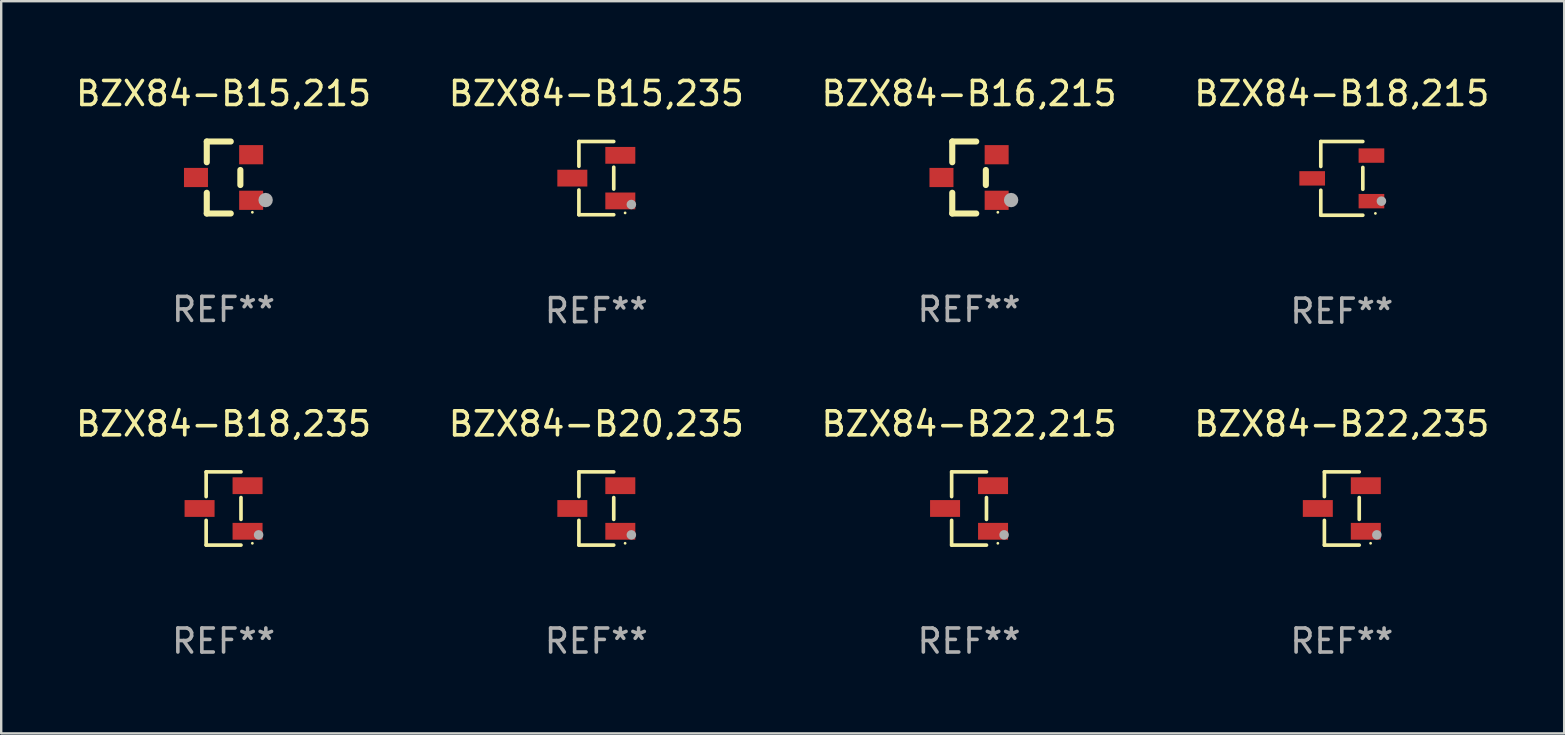
<source format=kicad_pcb>
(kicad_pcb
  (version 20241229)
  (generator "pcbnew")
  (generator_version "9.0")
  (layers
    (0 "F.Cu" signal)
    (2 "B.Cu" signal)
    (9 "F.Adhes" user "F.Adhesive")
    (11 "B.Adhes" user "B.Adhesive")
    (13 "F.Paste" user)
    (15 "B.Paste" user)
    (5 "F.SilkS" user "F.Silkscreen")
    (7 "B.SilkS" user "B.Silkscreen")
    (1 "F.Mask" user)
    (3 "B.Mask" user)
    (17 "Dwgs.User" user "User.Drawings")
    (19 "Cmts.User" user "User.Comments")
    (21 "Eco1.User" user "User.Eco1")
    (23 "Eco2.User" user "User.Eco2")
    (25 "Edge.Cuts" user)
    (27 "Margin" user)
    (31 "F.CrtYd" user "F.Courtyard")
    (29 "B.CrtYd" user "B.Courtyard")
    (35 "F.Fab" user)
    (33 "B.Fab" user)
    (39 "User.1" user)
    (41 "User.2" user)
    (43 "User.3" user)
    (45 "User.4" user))
  (footprint "BZX84-B22,215"
    (layer "F.Cu")
    (at 37.339 18.143)
    (property "Reference" "BZX84-B22,215" (at 0 -3.526 0) (layer "F.SilkS") (effects (font (size 1 1) (thickness 0.15))))
    (attr through_hole)
    (fp_line (start -0.726 -1.526) (end -0.726 -0.495) (stroke (width 0.152) (type solid)) (layer "F.SilkS"))
    (fp_line (start -0.726 1.526) (end -0.726 0.495) (stroke (width 0.152) (type solid)) (layer "F.SilkS"))
    (fp_line (start 0.726 -1.526) (end -0.726 -1.526) (stroke (width 0.152) (type solid)) (layer "F.SilkS"))
    (fp_line (start 0.726 -0.455) (end 0.726 0.455) (stroke (width 0.152) (type solid)) (layer "F.SilkS"))
    (fp_line (start 0.726 1.526) (end -0.726 1.526) (stroke (width 0.152) (type solid)) (layer "F.SilkS"))
    (fp_circle (center 1.2 1.45) (end 1.23 1.45) (stroke (width 0.06) (type solid)) (fill no) (layer "F.SilkS"))
    (fp_circle (center 1.46 1.1) (end 1.56 1.1) (stroke (width 0.2) (type solid)) (fill no) (layer "F.Fab"))
    (fp_text user "REF**" (at 0 5.526 0) (layer "F.Fab") (effects (font (size 1 1) (thickness 0.15))))
    (pad "1" smd rect (at 1 0.95) (size 1.25 0.7) (layers "F.Cu" "F.Mask" "F.Paste"))
    (pad "2" smd rect (at 1 -0.95) (size 1.25 0.7) (layers "F.Cu" "F.Mask" "F.Paste"))
    (pad "3" smd rect (at -1 0) (size 1.25 0.7) (layers "F.Cu" "F.Mask" "F.Paste")))
  (footprint "BZX84-B15,235"
    (layer "F.Cu")
    (at 21.804 4.374)
    (property "Reference" "BZX84-B15,235" (at 0 -3.526 0) (layer "F.SilkS") (effects (font (size 1 1) (thickness 0.15))))
    (attr through_hole)
    (fp_line (start -0.726 -1.526) (end -0.726 -0.495) (stroke (width 0.152) (type solid)) (layer "F.SilkS"))
    (fp_line (start -0.726 1.526) (end -0.726 0.495) (stroke (width 0.152) (type solid)) (layer "F.SilkS"))
    (fp_line (start 0.726 -1.526) (end -0.726 -1.526) (stroke (width 0.152) (type solid)) (layer "F.SilkS"))
    (fp_line (start 0.726 -0.455) (end 0.726 0.455) (stroke (width 0.152) (type solid)) (layer "F.SilkS"))
    (fp_line (start 0.726 1.526) (end -0.726 1.526) (stroke (width 0.152) (type solid)) (layer "F.SilkS"))
    (fp_circle (center 1.2 1.45) (end 1.23 1.45) (stroke (width 0.06) (type solid)) (fill no) (layer "F.SilkS"))
    (fp_circle (center 1.46 1.1) (end 1.56 1.1) (stroke (width 0.2) (type solid)) (fill no) (layer "F.Fab"))
    (fp_text user "REF**" (at 0 5.526 0) (layer "F.Fab") (effects (font (size 1 1) (thickness 0.15))))
    (pad "1" smd rect (at 1 0.95) (size 1.25 0.7) (layers "F.Cu" "F.Mask" "F.Paste"))
    (pad "2" smd rect (at 1 -0.95) (size 1.25 0.7) (layers "F.Cu" "F.Mask" "F.Paste"))
    (pad "3" smd rect (at -1 0) (size 1.25 0.7) (layers "F.Cu" "F.Mask" "F.Paste")))
  (footprint "BZX84-B18,215"
    (layer "F.Cu")
    (at 52.875 4.384)
    (property "Reference" "BZX84-B18,215" (at 0 -3.536 0) (layer "F.SilkS") (effects (font (size 1 1) (thickness 0.15))))
    (attr through_hole)
    (fp_line (start -0.876 -1.536) (end -0.876 -0.495) (stroke (width 0.152) (type solid)) (layer "F.SilkS"))
    (fp_line (start -0.876 1.536) (end -0.876 0.495) (stroke (width 0.152) (type solid)) (layer "F.SilkS"))
    (fp_line (start 0.876 -1.536) (end -0.876 -1.536) (stroke (width 0.152) (type solid)) (layer "F.SilkS"))
    (fp_line (start 0.876 -0.455) (end 0.876 0.455) (stroke (width 0.152) (type solid)) (layer "F.SilkS"))
    (fp_line (start 0.876 1.536) (end -0.876 1.536) (stroke (width 0.152) (type solid)) (layer "F.SilkS"))
    (fp_circle (center 1.4 1.46) (end 1.43 1.46) (stroke (width 0.06) (type solid)) (fill no) (layer "F.SilkS"))
    (fp_circle (center 1.651 0.95) (end 1.751 0.95) (stroke (width 0.2) (type solid)) (fill no) (layer "F.Fab"))
    (fp_text user "REF**" (at 0 5.536 0) (layer "F.Fab") (effects (font (size 1 1) (thickness 0.15))))
    (pad "1" smd rect (at 1.235 0.95) (size 1.07 0.6) (layers "F.Cu" "F.Mask" "F.Paste"))
    (pad "2" smd rect (at 1.235 -0.95) (size 1.07 0.6) (layers "F.Cu" "F.Mask" "F.Paste"))
    (pad "3" smd rect (at -1.235 0) (size 1.07 0.6) (layers "F.Cu" "F.Mask" "F.Paste")))
  (footprint "BZX84-B18,235"
    (layer "F.Cu")
    (at 6.268 18.143)
    (property "Reference" "BZX84-B18,235" (at 0 -3.526 0) (layer "F.SilkS") (effects (font (size 1 1) (thickness 0.15))))
    (attr through_hole)
    (fp_line (start -0.726 -1.526) (end -0.726 -0.495) (stroke (width 0.152) (type solid)) (layer "F.SilkS"))
    (fp_line (start -0.726 1.526) (end -0.726 0.495) (stroke (width 0.152) (type solid)) (layer "F.SilkS"))
    (fp_line (start 0.726 -1.526) (end -0.726 -1.526) (stroke (width 0.152) (type solid)) (layer "F.SilkS"))
    (fp_line (start 0.726 -0.455) (end 0.726 0.455) (stroke (width 0.152) (type solid)) (layer "F.SilkS"))
    (fp_line (start 0.726 1.526) (end -0.726 1.526) (stroke (width 0.152) (type solid)) (layer "F.SilkS"))
    (fp_circle (center 1.2 1.45) (end 1.23 1.45) (stroke (width 0.06) (type solid)) (fill no) (layer "F.SilkS"))
    (fp_circle (center 1.46 1.1) (end 1.56 1.1) (stroke (width 0.2) (type solid)) (fill no) (layer "F.Fab"))
    (fp_text user "REF**" (at 0 5.526 0) (layer "F.Fab") (effects (font (size 1 1) (thickness 0.15))))
    (pad "1" smd rect (at 1 0.95) (size 1.25 0.7) (layers "F.Cu" "F.Mask" "F.Paste"))
    (pad "2" smd rect (at 1 -0.95) (size 1.25 0.7) (layers "F.Cu" "F.Mask" "F.Paste"))
    (pad "3" smd rect (at -1 0) (size 1.25 0.7) (layers "F.Cu" "F.Mask" "F.Paste")))
  (footprint "BZX84-B22,235"
    (layer "F.Cu")
    (at 52.875 18.143)
    (property "Reference" "BZX84-B22,235" (at 0 -3.526 0) (layer "F.SilkS") (effects (font (size 1 1) (thickness 0.15))))
    (attr through_hole)
    (fp_line (start -0.726 -1.526) (end -0.726 -0.495) (stroke (width 0.152) (type solid)) (layer "F.SilkS"))
    (fp_line (start -0.726 1.526) (end -0.726 0.495) (stroke (width 0.152) (type solid)) (layer "F.SilkS"))
    (fp_line (start 0.726 -1.526) (end -0.726 -1.526) (stroke (width 0.152) (type solid)) (layer "F.SilkS"))
    (fp_line (start 0.726 -0.455) (end 0.726 0.455) (stroke (width 0.152) (type solid)) (layer "F.SilkS"))
    (fp_line (start 0.726 1.526) (end -0.726 1.526) (stroke (width 0.152) (type solid)) (layer "F.SilkS"))
    (fp_circle (center 1.2 1.45) (end 1.23 1.45) (stroke (width 0.06) (type solid)) (fill no) (layer "F.SilkS"))
    (fp_circle (center 1.46 1.1) (end 1.56 1.1) (stroke (width 0.2) (type solid)) (fill no) (layer "F.Fab"))
    (fp_text user "REF**" (at 0 5.526 0) (layer "F.Fab") (effects (font (size 1 1) (thickness 0.15))))
    (pad "1" smd rect (at 1 0.95) (size 1.25 0.7) (layers "F.Cu" "F.Mask" "F.Paste"))
    (pad "2" smd rect (at 1 -0.95) (size 1.25 0.7) (layers "F.Cu" "F.Mask" "F.Paste"))
    (pad "3" smd rect (at -1 0) (size 1.25 0.7) (layers "F.Cu" "F.Mask" "F.Paste")))
  (footprint "BZX84-B15,215"
    (layer "F.Cu")
    (at 6.268 4.348)
    (property "Reference" "BZX84-B15,215" (at 0 -3.5 0) (layer "F.SilkS") (effects (font (size 1 1) (thickness 0.15))))
    (attr through_hole)
    (fp_line (start -0.7 -1.5) (end 0.3 -1.5) (stroke (width 0.254) (type solid)) (layer "F.SilkS"))
    (fp_line (start -0.7 -0.636) (end -0.7 -1.5) (stroke (width 0.254) (type solid)) (layer "F.SilkS"))
    (fp_line (start -0.7 1.5) (end -0.7 0.636) (stroke (width 0.254) (type solid)) (layer "F.SilkS"))
    (fp_line (start -0.7 1.5) (end 0.3 1.5) (stroke (width 0.254) (type solid)) (layer "F.SilkS"))
    (fp_line (start 0.7 0.314) (end 0.7 -0.314) (stroke (width 0.254) (type solid)) (layer "F.SilkS"))
    (fp_circle (center 1.2 1.45) (end 1.23 1.45) (stroke (width 0.06) (type solid)) (fill no) (layer "F.SilkS"))
    (fp_circle (center 1.753 0.94) (end 1.903 0.94) (stroke (width 0.3) (type solid)) (fill no) (layer "F.Fab"))
    (fp_text user "REF**" (at 0 5.5 0) (layer "F.Fab") (effects (font (size 1 1) (thickness 0.15))))
    (pad "1" smd rect (at 1.15 0.95 180) (size 1 0.8) (layers "F.Cu" "F.Mask" "F.Paste"))
    (pad "2" smd rect (at 1.15 -0.95 180) (size 1 0.8) (layers "F.Cu" "F.Mask" "F.Paste"))
    (pad "3" smd rect (at -1.15 -0.000051 180) (size 1 0.8) (layers "F.Cu" "F.Mask" "F.Paste")))
  (footprint "BZX84-B20,235"
    (layer "F.Cu")
    (at 21.804 18.143)
    (property "Reference" "BZX84-B20,235" (at 0 -3.526 0) (layer "F.SilkS") (effects (font (size 1 1) (thickness 0.15))))
    (attr through_hole)
    (fp_line (start -0.726 -1.526) (end -0.726 -0.495) (stroke (width 0.152) (type solid)) (layer "F.SilkS"))
    (fp_line (start -0.726 1.526) (end -0.726 0.495) (stroke (width 0.152) (type solid)) (layer "F.SilkS"))
    (fp_line (start 0.726 -1.526) (end -0.726 -1.526) (stroke (width 0.152) (type solid)) (layer "F.SilkS"))
    (fp_line (start 0.726 -0.455) (end 0.726 0.455) (stroke (width 0.152) (type solid)) (layer "F.SilkS"))
    (fp_line (start 0.726 1.526) (end -0.726 1.526) (stroke (width 0.152) (type solid)) (layer "F.SilkS"))
    (fp_circle (center 1.2 1.45) (end 1.23 1.45) (stroke (width 0.06) (type solid)) (fill no) (layer "F.SilkS"))
    (fp_circle (center 1.46 1.1) (end 1.56 1.1) (stroke (width 0.2) (type solid)) (fill no) (layer "F.Fab"))
    (fp_text user "REF**" (at 0 5.526 0) (layer "F.Fab") (effects (font (size 1 1) (thickness 0.15))))
    (pad "1" smd rect (at 1 0.95) (size 1.25 0.7) (layers "F.Cu" "F.Mask" "F.Paste"))
    (pad "2" smd rect (at 1 -0.95) (size 1.25 0.7) (layers "F.Cu" "F.Mask" "F.Paste"))
    (pad "3" smd rect (at -1 0) (size 1.25 0.7) (layers "F.Cu" "F.Mask" "F.Paste")))
  (footprint "BZX84-B16,215"
    (layer "F.Cu")
    (at 37.339 4.348)
    (property "Reference" "BZX84-B16,215" (at 0 -3.5 0) (layer "F.SilkS") (effects (font (size 1 1) (thickness 0.15))))
    (attr through_hole)
    (fp_line (start -0.7 -1.5) (end 0.3 -1.5) (stroke (width 0.254) (type solid)) (layer "F.SilkS"))
    (fp_line (start -0.7 -0.636) (end -0.7 -1.5) (stroke (width 0.254) (type solid)) (layer "F.SilkS"))
    (fp_line (start -0.7 1.5) (end -0.7 0.636) (stroke (width 0.254) (type solid)) (layer "F.SilkS"))
    (fp_line (start -0.7 1.5) (end 0.3 1.5) (stroke (width 0.254) (type solid)) (layer "F.SilkS"))
    (fp_line (start 0.7 0.314) (end 0.7 -0.314) (stroke (width 0.254) (type solid)) (layer "F.SilkS"))
    (fp_circle (center 1.2 1.45) (end 1.23 1.45) (stroke (width 0.06) (type solid)) (fill no) (layer "F.SilkS"))
    (fp_circle (center 1.753 0.94) (end 1.903 0.94) (stroke (width 0.3) (type solid)) (fill no) (layer "F.Fab"))
    (fp_text user "REF**" (at 0 5.5 0) (layer "F.Fab") (effects (font (size 1 1) (thickness 0.15))))
    (pad "1" smd rect (at 1.15 0.95 180) (size 1 0.8) (layers "F.Cu" "F.Mask" "F.Paste"))
    (pad "2" smd rect (at 1.15 -0.95 180) (size 1 0.8) (layers "F.Cu" "F.Mask" "F.Paste"))
    (pad "3" smd rect (at -1.15 -0.000051 180) (size 1 0.8) (layers "F.Cu" "F.Mask" "F.Paste")))
  (gr_rect
    (start -3 -3)
    (end 62.143 27.518)
    (stroke (width 0.1) (type default))
    (fill no)
    (layer "Edge.Cuts")))
</source>
